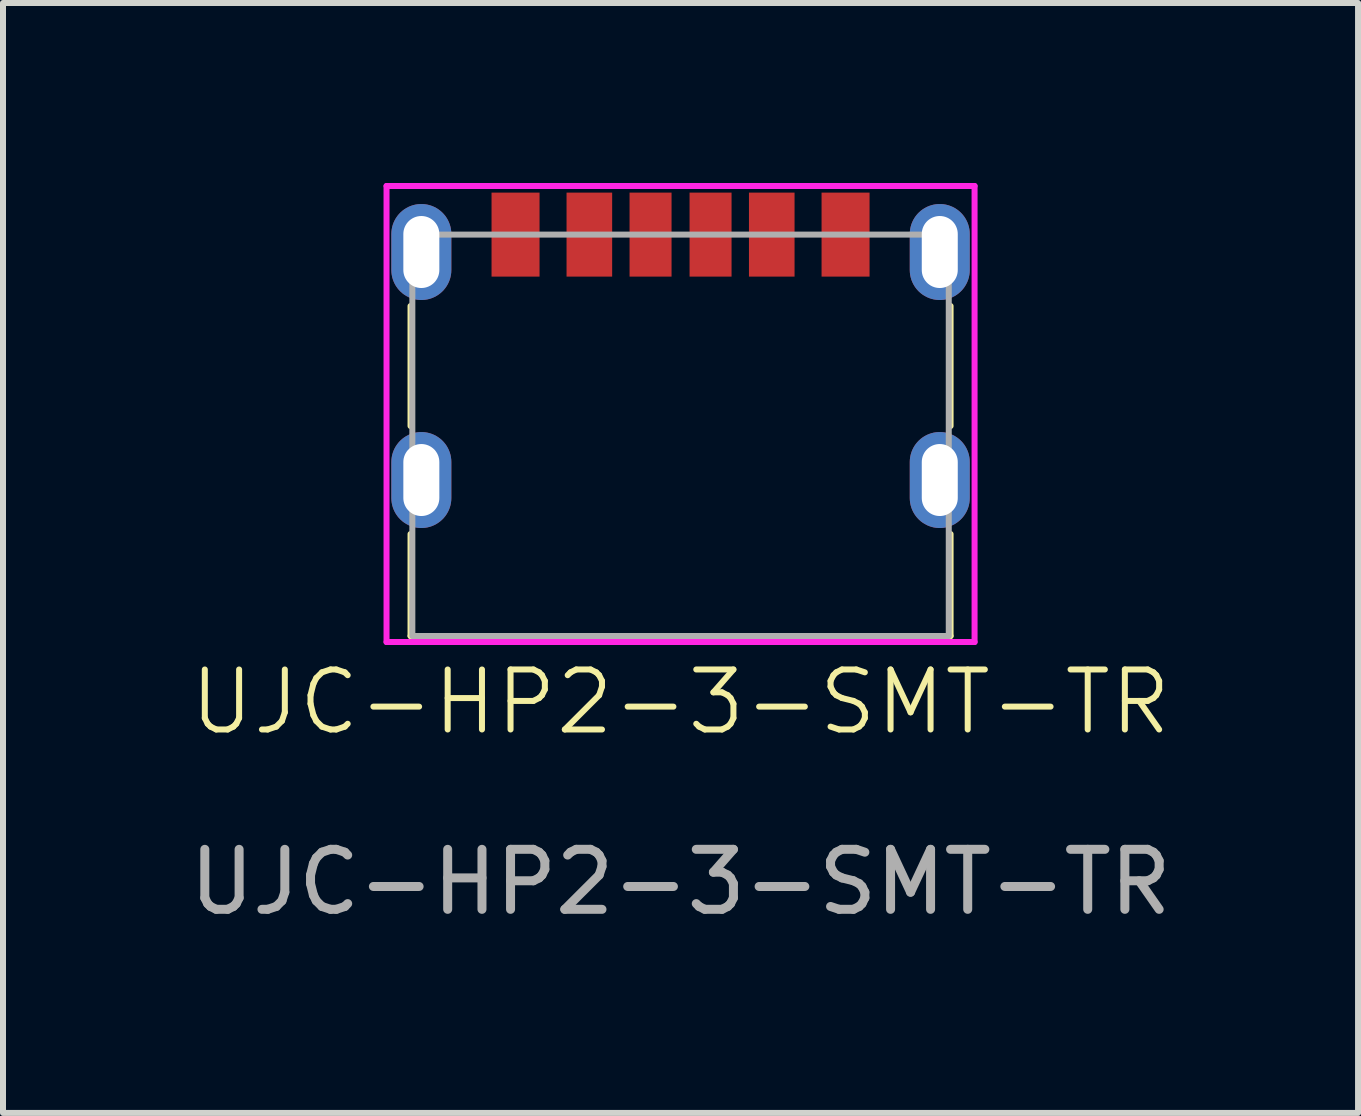
<source format=kicad_pcb>
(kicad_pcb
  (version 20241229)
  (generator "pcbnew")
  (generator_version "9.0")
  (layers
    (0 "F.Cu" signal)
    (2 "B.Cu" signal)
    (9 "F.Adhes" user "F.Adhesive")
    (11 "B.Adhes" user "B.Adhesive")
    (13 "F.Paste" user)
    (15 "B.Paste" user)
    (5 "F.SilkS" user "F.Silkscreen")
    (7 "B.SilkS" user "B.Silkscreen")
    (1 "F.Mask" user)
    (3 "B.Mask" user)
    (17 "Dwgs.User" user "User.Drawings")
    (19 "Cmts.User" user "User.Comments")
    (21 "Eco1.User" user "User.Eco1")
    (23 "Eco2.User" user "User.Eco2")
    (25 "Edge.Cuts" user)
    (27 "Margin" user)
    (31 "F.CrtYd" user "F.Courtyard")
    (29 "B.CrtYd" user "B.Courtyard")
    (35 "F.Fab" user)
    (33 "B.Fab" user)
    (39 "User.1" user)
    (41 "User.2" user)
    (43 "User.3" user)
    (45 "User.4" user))
  (footprint "UJC-HP2-3-SMT-TR"
    (layer "F.Cu")
    (at 8.292 1.15)
    (property "Reference" "UJC-HP2-3-SMT-TR" (at 0 7.5 0) (unlocked yes) (layer "F.SilkS") (effects (font (size 1 1) (thickness 0.1))))
    (attr smd)
    (fp_line (start -4.5 0.9) (end -4.5 2.9) (stroke (width 0.1) (type default)) (layer "F.SilkS"))
    (fp_line (start -4.5 4.7) (end -4.5 6.4) (stroke (width 0.1) (type default)) (layer "F.SilkS"))
    (fp_line (start -4.5 6.4) (end 4.5 6.4) (stroke (width 0.1) (type default)) (layer "F.SilkS"))
    (fp_line (start 4.5 0.9) (end 4.5 2.9) (stroke (width 0.1) (type default)) (layer "F.SilkS"))
    (fp_line (start 4.5 6.4) (end 4.5 4.7) (stroke (width 0.1) (type default)) (layer "F.SilkS"))
    (fp_line (start -4.9 -1.1) (end 4.9 -1.1) (stroke (width 0.1) (type default)) (layer "F.CrtYd"))
    (fp_line (start -4.9 6.5) (end -4.9 -1.1) (stroke (width 0.1) (type default)) (layer "F.CrtYd"))
    (fp_line (start 4.9 -1.1) (end 4.9 6.5) (stroke (width 0.1) (type default)) (layer "F.CrtYd"))
    (fp_line (start 4.9 6.5) (end -4.9 6.5) (stroke (width 0.1) (type default)) (layer "F.CrtYd"))
    (fp_rect (start -4.47 -0.29) (end 4.47 6.4) (stroke (width 0.1) (type default)) (fill no) (layer "F.Fab"))
    (fp_text user "${REFERENCE}" (at 0 10.5 0) (unlocked yes) (layer "F.Fab") (effects (font (size 1 1) (thickness 0.15))))
    (pad "A5" smd rect (at -0.5 -0.29) (size 0.7 1.4) (layers "F.Cu" "F.Mask" "F.Paste"))
    (pad "A9" smd rect (at 1.52 -0.29) (size 0.76 1.4) (layers "F.Cu" "F.Mask" "F.Paste"))
    (pad "A12" smd rect (at 2.75 -0.29) (size 0.8 1.4) (layers "F.Cu" "F.Mask" "F.Paste"))
    (pad "B5" smd rect (at 0.5 -0.29) (size 0.7 1.4) (layers "F.Cu" "F.Mask" "F.Paste"))
    (pad "B9" smd rect (at -1.52 -0.29) (size 0.76 1.4) (layers "F.Cu" "F.Mask" "F.Paste"))
    (pad "B12" smd rect (at -2.75 -0.29) (size 0.8 1.4) (layers "F.Cu" "F.Mask" "F.Paste"))
    (pad "S1" thru_hole oval (at -4.32 0) (size 1 1.6) (drill oval 0.6 1.2) (layers "*.Cu" "*.Mask"))
    (pad "S1" thru_hole oval (at -4.32 3.8) (size 1 1.6) (drill oval 0.6 1.2) (layers "*.Cu" "*.Mask"))
    (pad "S1" thru_hole oval (at 4.32 0) (size 1 1.6) (drill oval 0.6 1.2) (layers "*.Cu" "*.Mask"))
    (pad "S1" thru_hole oval (at 4.32 3.8) (size 1 1.6) (drill oval 0.6 1.2) (layers "*.Cu" "*.Mask")))
  (gr_rect
    (start -3 -3)
    (end 19.583 15.498)
    (stroke (width 0.1) (type default))
    (fill no)
    (layer "Edge.Cuts")))
</source>
